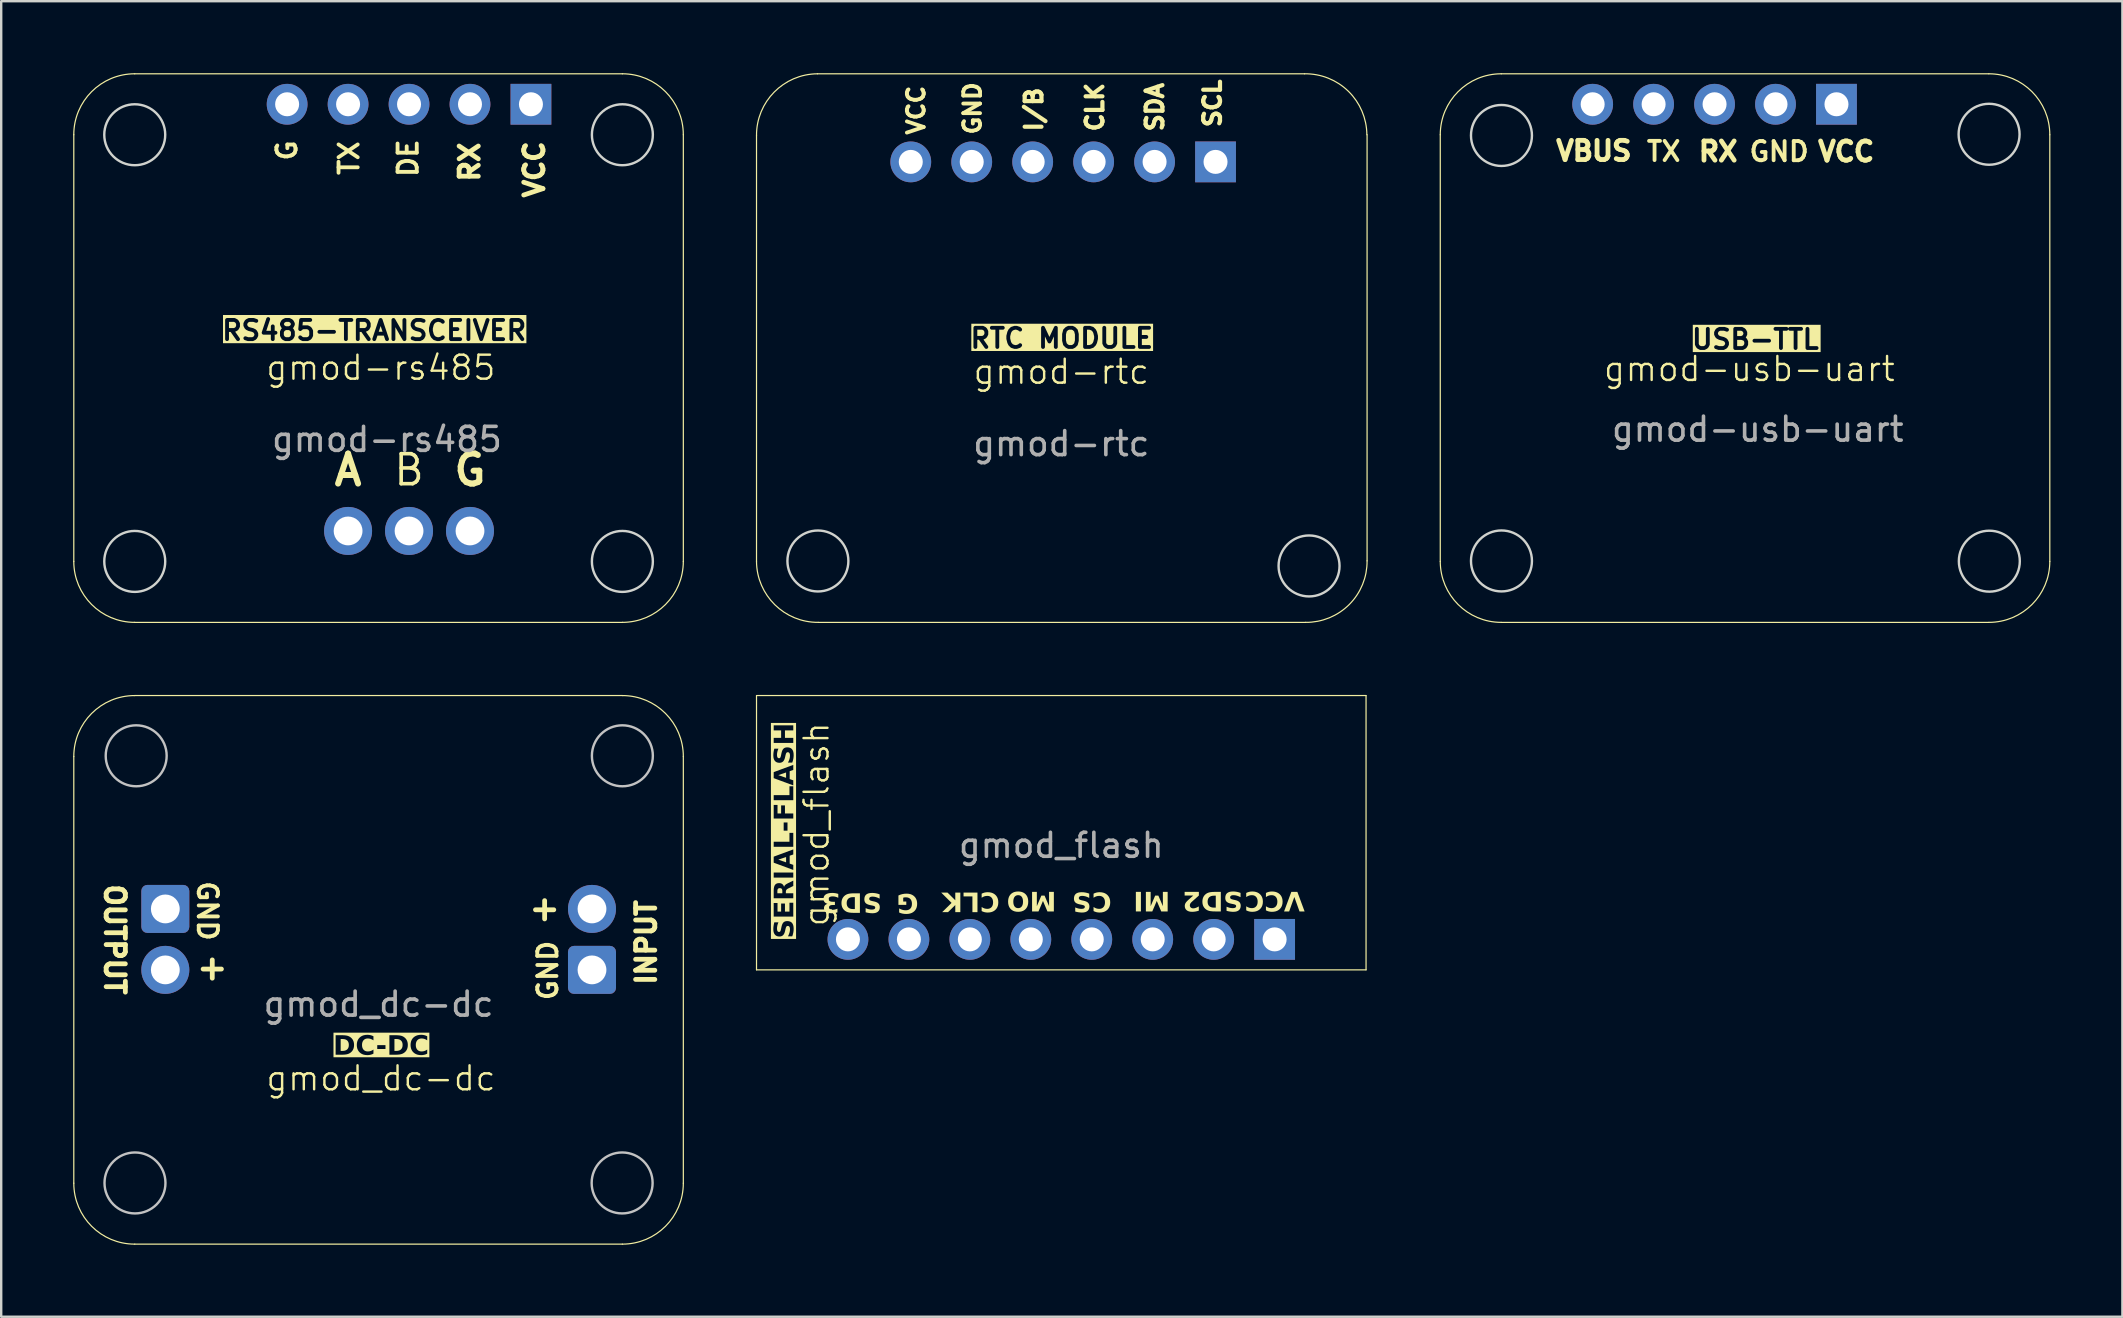
<source format=kicad_pcb>
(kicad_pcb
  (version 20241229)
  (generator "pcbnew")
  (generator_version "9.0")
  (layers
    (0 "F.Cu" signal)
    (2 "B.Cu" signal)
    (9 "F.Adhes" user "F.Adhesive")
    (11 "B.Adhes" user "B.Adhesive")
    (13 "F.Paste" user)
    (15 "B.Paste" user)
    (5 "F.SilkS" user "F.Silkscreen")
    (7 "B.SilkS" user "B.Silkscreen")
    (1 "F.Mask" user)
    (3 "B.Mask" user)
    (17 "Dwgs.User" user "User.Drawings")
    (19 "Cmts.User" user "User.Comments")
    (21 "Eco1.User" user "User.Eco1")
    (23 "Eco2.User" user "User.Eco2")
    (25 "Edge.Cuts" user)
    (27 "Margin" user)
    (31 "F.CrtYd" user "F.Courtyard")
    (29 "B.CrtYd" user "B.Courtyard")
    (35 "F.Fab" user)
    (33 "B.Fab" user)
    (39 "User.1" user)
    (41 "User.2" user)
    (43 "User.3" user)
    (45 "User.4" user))
  (footprint "gmod-rs485"
    (layer "F.Cu")
    (at 12.595 11.339)
    (property "Reference" "gmod-rs485" (at 0.225 0.933 0) (unlocked yes) (layer "F.SilkS") (effects (font (size 1 1) (thickness 0.1))))
    (attr smd)
    (fp_line (start -12.57 -8.774) (end -12.57 9.006) (stroke (width 0.05) (type solid)) (layer "F.SilkS"))
    (fp_line (start -10.03 -11.314) (end 10.29 -11.314) (stroke (width 0.05) (type solid)) (layer "F.SilkS"))
    (fp_line (start -10.03 11.546) (end 10.29 11.546) (stroke (width 0.05) (type solid)) (layer "F.SilkS"))
    (fp_line (start 12.83 9.006) (end 12.83 -8.774) (stroke (width 0.05) (type solid)) (layer "F.SilkS"))
    (fp_arc (start -12.570432 -8.774195) (mid -11.826483 -10.570246) (end -10.030432 -11.314195) (stroke (width 0.05) (type solid)) (layer "F.SilkS"))
    (fp_arc (start -10.030432 11.545805) (mid -11.826483 10.801856) (end -12.570432 9.005805) (stroke (width 0.05) (type solid)) (layer "F.SilkS"))
    (fp_arc (start 10.289568 -11.314195) (mid 12.085619 -10.570246) (end 12.829568 -8.774195) (stroke (width 0.05) (type solid)) (layer "F.SilkS"))
    (fp_arc (start 12.829568 9.005805) (mid 12.085619 10.801856) (end 10.289568 11.545805) (stroke (width 0.05) (type solid)) (layer "F.SilkS"))
    (fp_circle (center -10.03 -8.774) (end -8.76 -8.774) (stroke (width 0.1) (type solid)) (fill no) (layer "Edge.Cuts"))
    (fp_circle (center -10.03 9.006) (end -8.76 9.006) (stroke (width 0.1) (type solid)) (fill no) (layer "Edge.Cuts"))
    (fp_circle (center 10.29 -8.774) (end 11.56 -8.774) (stroke (width 0.1) (type solid)) (fill no) (layer "Edge.Cuts"))
    (fp_circle (center 10.29 9.006) (end 11.56 9.006) (stroke (width 0.1) (type solid)) (fill no) (layer "Edge.Cuts"))
    (fp_text user "VCC" (at 6.62 -7.329 90) (unlocked yes) (layer "F.SilkS") (effects (font (size 0.8 0.8) (thickness 0.2) (bold yes))))
    (fp_text user "A" (at -1.14 5.196 0) (unlocked yes) (layer "F.SilkS") (effects (font (size 1.25 1.25) (thickness 0.25) (bold yes))))
    (fp_text user "B" (at 1.4 5.196 0) (unlocked yes) (layer "F.SilkS") (effects (font (size 1.25 1.25) (thickness 0.15))))
    (fp_text user "G" (at -3.69 -8.119 90) (unlocked yes) (layer "F.SilkS") (effects (font (size 0.8 0.8) (thickness 0.16) (bold yes))))
    (fp_text user "TX" (at -1.1 -7.799 90) (unlocked yes) (layer "F.SilkS") (effects (font (size 0.8 0.8) (thickness 0.16) (bold yes))))
    (fp_text user "DE" (at 1.36 -7.799 90) (unlocked yes) (layer "F.SilkS") (effects (font (size 0.8 0.8) (thickness 0.16) (bold yes))))
    (fp_text user "RS485-TRANSCEIVER" (at -0.05 -0.15 0) (unlocked yes) (layer "F.SilkS" knockout) (effects (font (size 0.8 0.8) (thickness 0.16) (bold yes)) (justify bottom)))
    (fp_text user "RX" (at 3.927 -7.637 90) (unlocked yes) (layer "F.SilkS") (effects (font (size 0.8 0.8) (thickness 0.2) (bold yes))))
    (fp_text user "G" (at 3.94 5.196 0) (unlocked yes) (layer "F.SilkS") (effects (font (size 1.25 1.25) (thickness 0.25) (bold yes))))
    (fp_text user "${REFERENCE}" (at 0.48 3.922 0) (unlocked yes) (layer "F.Fab") (effects (font (size 1 1) (thickness 0.15))))
    (pad "1" thru_hole rect (at 6.48 -10.044 270) (size 1.7 1.7) (drill 1) (layers "*.Cu" "*.Mask"))
    (pad "2" thru_hole circle (at 3.94 -10.044 270) (size 1.7 1.7) (drill 1) (layers "*.Cu" "*.Mask"))
    (pad "3" thru_hole circle (at 1.4 -10.044 270) (size 1.7 1.7) (drill 1) (layers "*.Cu" "*.Mask"))
    (pad "4" thru_hole circle (at -1.14 -10.044 270) (size 1.7 1.7) (drill 1) (layers "*.Cu" "*.Mask"))
    (pad "5" thru_hole circle (at -3.68 -10.044 270) (size 1.7 1.7) (drill 1) (layers "*.Cu" "*.Mask"))
    (pad "6" thru_hole circle (at -1.14 7.736) (size 2 2) (drill 1.2) (layers "*.Cu" "*.Mask"))
    (pad "7" thru_hole circle (at 1.4 7.736) (size 2 2) (drill 1.2) (layers "*.Cu" "*.Mask"))
    (pad "8" thru_hole circle (at 3.94 7.736) (size 2 2) (drill 1.2) (layers "*.Cu" "*.Mask")))
  (footprint "gmod-rtc"
    (layer "F.Cu")
    (at 41.135 11.409)
    (property "Reference" "gmod-rtc" (at 0.04 1.03 0) (unlocked yes) (layer "F.SilkS") (effects (font (size 1 1) (thickness 0.1))))
    (attr smd)
    (fp_line (start -12.66 8.936) (end -12.66 -8.808) (stroke (width 0.05) (type solid)) (layer "F.SilkS"))
    (fp_line (start -10.12 -11.384) (end 10.178 -11.384) (stroke (width 0.05) (type solid)) (layer "F.SilkS"))
    (fp_line (start 10.218 11.476) (end -10.084 11.476) (stroke (width 0.05) (type solid)) (layer "F.SilkS"))
    (fp_line (start 12.783 8.912) (end 12.783 -8.844) (stroke (width 0.05) (type solid)) (layer "F.SilkS"))
    (fp_arc (start -12.65987 -8.807646) (mid -11.923467 -10.621622) (end -10.120129 -11.383739) (stroke (width 0.05) (type solid)) (layer "F.SilkS"))
    (fp_arc (start -10.084036 11.476) (mid -11.898041 10.739619) (end -12.660129 8.936259) (stroke (width 0.05) (type solid)) (layer "F.SilkS"))
    (fp_arc (start 10.178223 -11.383739) (mid 12.004995 -10.654411) (end 12.774033 -8.843997) (stroke (width 0.05) (type solid)) (layer "F.SilkS"))
    (fp_arc (start 12.782639 8.911584) (mid 12.039214 10.732575) (end 10.218223 11.476) (stroke (width 0.05) (type solid)) (layer "F.SilkS"))
    (fp_circle (center -10.102 8.918) (end -8.832 8.918) (stroke (width 0.1) (type solid)) (fill no) (layer "Edge.Cuts"))
    (fp_circle (center 10.365 9.125) (end 11.635 9.125) (stroke (width 0.1) (type solid)) (fill no) (layer "Edge.Cuts"))
    (fp_text user "SDA" (at 4.349 -8.897 90) (unlocked yes) (layer "F.SilkS") (effects (font (size 0.7 0.7) (thickness 0.175) (bold yes)) (justify left bottom)))
    (fp_text user "VCC\n" (at -5.6 -10.972 90) (unlocked yes) (layer "F.SilkS") (effects (font (size 0.7 0.7) (thickness 0.16) (bold yes)) (justify right bottom)))
    (fp_text user "SCL" (at 6.749 -9.072 90) (unlocked yes) (layer "F.SilkS") (effects (font (size 0.7 0.7) (thickness 0.175) (bold yes)) (justify left bottom)))
    (fp_text user "CLK" (at 1.849 -8.897 90) (unlocked yes) (layer "F.SilkS") (effects (font (size 0.7 0.7) (thickness 0.175) (bold yes)) (justify left bottom)))
    (fp_text user "I/B" (at -0.691 -8.897 90) (unlocked yes) (layer "F.SilkS") (effects (font (size 0.7 0.7) (thickness 0.175) (bold yes)) (justify left bottom)))
    (fp_text user "GND" (at -3.251 -8.772 90) (unlocked yes) (layer "F.SilkS") (effects (font (size 0.7 0.7) (thickness 0.16) (bold yes)) (justify left bottom)))
    (fp_text user "RTC MODULE" (at 0.06 0.106 0) (unlocked yes) (layer "F.SilkS" knockout) (effects (font (size 0.8 0.8) (thickness 0.16) (bold yes)) (justify bottom)))
    (fp_text user "${REFERENCE}" (at 0.04 4.03 0) (unlocked yes) (layer "F.Fab") (effects (font (size 1 1) (thickness 0.15))))
    (pad "1" thru_hole rect (at 6.468 -7.713 270) (size 1.7 1.7) (drill 1) (layers "*.Cu" "*.Mask"))
    (pad "2" thru_hole oval (at 3.928 -7.713 270) (size 1.7 1.7) (drill 1) (layers "*.Cu" "*.Mask"))
    (pad "3" thru_hole oval (at 1.388 -7.713 270) (size 1.7 1.7) (drill 1) (layers "*.Cu" "*.Mask"))
    (pad "4" thru_hole oval (at -1.152 -7.713 270) (size 1.7 1.7) (drill 1) (layers "*.Cu" "*.Mask"))
    (pad "5" thru_hole oval (at -3.692 -7.713 270) (size 1.7 1.7) (drill 1) (layers "*.Cu" "*.Mask"))
    (pad "6" thru_hole circle (at -6.232 -7.713 270) (size 1.7 1.7) (drill 1) (layers "*.Cu" "*.Mask")))
  (footprint "gmod_dc-dc"
    (layer "F.Cu")
    (at 12.725 37.365)
    (property "Reference" "gmod_dc-dc" (at 0.1 4.52 0) (unlocked yes) (layer "F.SilkS") (effects (font (size 1 1) (thickness 0.1))))
    (attr smd)
    (fp_line (start -12.7 -8.89) (end -12.7 8.89) (stroke (width 0.05) (type solid)) (layer "F.SilkS"))
    (fp_line (start -10.16 -11.43) (end 10.16 -11.43) (stroke (width 0.05) (type solid)) (layer "F.SilkS"))
    (fp_line (start -10.16 11.43) (end 10.16 11.43) (stroke (width 0.05) (type solid)) (layer "F.SilkS"))
    (fp_line (start 12.7 8.89) (end 12.7 -8.89) (stroke (width 0.05) (type solid)) (layer "F.SilkS"))
    (fp_arc (start -12.7 -8.89) (mid -11.956051 -10.686051) (end -10.16 -11.43) (stroke (width 0.05) (type solid)) (layer "F.SilkS"))
    (fp_arc (start -10.16 11.43) (mid -11.956051 10.686051) (end -12.7 8.89) (stroke (width 0.05) (type solid)) (layer "F.SilkS"))
    (fp_arc (start 10.16 -11.43) (mid 11.956051 -10.686051) (end 12.7 -8.89) (stroke (width 0.05) (type solid)) (layer "F.SilkS"))
    (fp_arc (start 12.7 8.89) (mid 11.956051 10.686051) (end 10.16 11.43) (stroke (width 0.05) (type solid)) (layer "F.SilkS"))
    (fp_circle (center -10.15 8.88) (end -8.88 8.88) (stroke (width 0.1) (type default)) (fill no) (layer "Dwgs.User"))
    (fp_circle (center -10.1 -8.92) (end -8.83 -8.92) (stroke (width 0.1) (type default)) (fill no) (layer "Dwgs.User"))
    (fp_circle (center 10.15 8.88) (end 11.42 8.88) (stroke (width 0.1) (type default)) (fill no) (layer "Dwgs.User"))
    (fp_circle (center 10.16 -8.92) (end 11.43 -8.92) (stroke (width 0.1) (type default)) (fill no) (layer "Dwgs.User"))
    (fp_text user "+" (at 6.17 -1.99 0) (unlocked yes) (layer "F.SilkS") (effects (font (size 1 1) (thickness 0.2) (bold yes)) (justify left bottom)))
    (fp_text user "OUTPUT" (at -11.46 -3.66 270) (unlocked yes) (layer "F.SilkS") (effects (font (size 0.8 0.8) (thickness 0.2) (bold yes)) (justify left bottom)))
    (fp_text user "GND" (at -7.6 -3.78 270) (unlocked yes) (layer "F.SilkS") (effects (font (size 0.8 0.8) (thickness 0.16) (bold yes)) (justify left bottom)))
    (fp_text user "GND" (at 7.52 1.35 90) (unlocked yes) (layer "F.SilkS") (effects (font (size 0.8 0.8) (thickness 0.16) (bold yes)) (justify left bottom)))
    (fp_text user "DC-DC" (at -1.892 3.674 0) (unlocked yes) (layer "F.SilkS" knockout) (effects (font (face "Lexend") (size 0.8 0.8) (thickness 0.16) (bold yes)) (justify left bottom)))
    (fp_text user "INPUT" (at 11.62 0.72 90) (unlocked yes) (layer "F.SilkS") (effects (font (size 0.8 0.8) (thickness 0.2) (bold yes)) (justify left bottom)))
    (fp_text user "+" (at -7.68 0.48 0) (unlocked yes) (layer "F.SilkS") (effects (font (size 1 1) (thickness 0.2) (bold yes)) (justify left bottom)))
    (fp_text user "${REFERENCE}" (at 0 1.43 0) (unlocked yes) (layer "F.Fab") (effects (font (size 1 1) (thickness 0.15))))
    (pad "1" thru_hole roundrect (at 8.894 0.001 90) (size 2 2) (drill 1.2) (layers "*.Cu" "*.Mask") (roundrect_rratio 0.125))
    (pad "2" thru_hole circle (at 8.894 -2.539 90) (size 2 2) (drill 1.2) (layers "*.Cu" "*.Mask"))
    (pad "3" thru_hole roundrect (at -8.886 -2.539 270) (size 2 2) (drill 1.2) (layers "*.Cu" "*.Mask") (roundrect_rratio 0.125))
    (pad "4" thru_hole circle (at -8.886 0.001 270) (size 2 2) (drill 1.2) (layers "*.Cu" "*.Mask")))
  (footprint "gmod-usb-uart"
    (layer "F.Cu")
    (at 69.668 11.455)
    (property "Reference" "gmod-usb-uart" (at 0.18 0.87 0) (unlocked yes) (layer "F.SilkS") (effects (font (size 1 1) (thickness 0.1))))
    (attr smd)
    (fp_line (start -12.7 -8.89) (end -12.7 8.89) (stroke (width 0.05) (type solid)) (layer "F.SilkS"))
    (fp_line (start -10.16 -11.43) (end 10.16 -11.43) (stroke (width 0.05) (type solid)) (layer "F.SilkS"))
    (fp_line (start -10.16 11.43) (end 10.16 11.43) (stroke (width 0.05) (type solid)) (layer "F.SilkS"))
    (fp_line (start 12.7 8.89) (end 12.7 -8.89) (stroke (width 0.05) (type solid)) (layer "F.SilkS"))
    (fp_arc (start -12.7 -8.89) (mid -11.956051 -10.686051) (end -10.16 -11.43) (stroke (width 0.05) (type solid)) (layer "F.SilkS"))
    (fp_arc (start -10.16 11.43) (mid -11.956051 10.686051) (end -12.7 8.89) (stroke (width 0.05) (type solid)) (layer "F.SilkS"))
    (fp_arc (start 10.16 -11.43) (mid 11.956051 -10.686051) (end 12.7 -8.89) (stroke (width 0.05) (type solid)) (layer "F.SilkS"))
    (fp_arc (start 12.7 8.89) (mid 11.956051 10.686051) (end 10.16 11.43) (stroke (width 0.05) (type solid)) (layer "F.SilkS"))
    (fp_circle (center -10.15 -8.86) (end -8.88 -8.86) (stroke (width 0.1) (type solid)) (fill no) (layer "Edge.Cuts"))
    (fp_circle (center -10.15 8.87) (end -8.88 8.87) (stroke (width 0.1) (type solid)) (fill no) (layer "Edge.Cuts"))
    (fp_circle (center 10.17 -8.91) (end 11.44 -8.91) (stroke (width 0.1) (type solid)) (fill no) (layer "Edge.Cuts"))
    (fp_circle (center 10.18 8.88) (end 11.45 8.88) (stroke (width 0.1) (type solid)) (fill no) (layer "Edge.Cuts"))
    (fp_text user "RX" (at -1.12 -8.19 0) (unlocked yes) (layer "F.SilkS") (effects (font (size 0.8 0.8) (thickness 0.2) (bold yes))))
    (fp_text user "VBUS" (at -6.3 -8.216 0) (unlocked yes) (layer "F.SilkS") (effects (font (size 0.8 0.8) (thickness 0.2) (bold yes))))
    (fp_text user "VCC" (at 4.214 -8.19 0) (unlocked yes) (layer "F.SilkS") (effects (font (size 0.8 0.8) (thickness 0.2) (bold yes))))
    (fp_text user "GND" (at 1.42 -8.19 0) (unlocked yes) (layer "F.SilkS") (effects (font (size 0.8 0.8) (thickness 0.16) (bold yes))))
    (fp_text user "USB-TTL" (at -2.304 0.104 0) (unlocked yes) (layer "F.SilkS" knockout) (effects (font (size 0.8 0.8) (thickness 0.16) (bold yes)) (justify left bottom)))
    (fp_text user "TX" (at -3.39 -8.196 0) (unlocked yes) (layer "F.SilkS") (effects (font (size 0.8 0.8) (thickness 0.16) (bold yes))))
    (fp_text user "${REFERENCE}" (at 0.53 3.38 0) (layer "F.Fab") (effects (font (size 1 1) (thickness 0.15))))
    (pad "1" thru_hole rect (at 3.81 -10.16 90) (size 1.7 1.7) (drill 1) (layers "*.Cu" "*.Mask"))
    (pad "2" thru_hole circle (at 1.27 -10.16 90) (size 1.7 1.7) (drill 1) (layers "*.Cu" "*.Mask"))
    (pad "3" thru_hole circle (at -1.27 -10.16 90) (size 1.7 1.7) (drill 1) (layers "*.Cu" "*.Mask"))
    (pad "4" thru_hole circle (at -3.81 -10.16 90) (size 1.7 1.7) (drill 1) (layers "*.Cu" "*.Mask"))
    (pad "5" thru_hole circle (at -6.35 -10.16 90) (size 1.7 1.7) (drill 1) (layers "*.Cu" "*.Mask")))
  (footprint "gmod_flash"
    (layer "F.Cu")
    (at 41.175 31.777)
    (property "Reference" "gmod_flash" (at -10.2 -0.475 90) (unlocked yes) (layer "F.SilkS") (effects (font (size 1 1) (thickness 0.1))))
    (attr smd)
    (fp_line (start -12.7 -5.842) (end -12.7 5.588) (stroke (width 0.05) (type solid)) (layer "F.SilkS"))
    (fp_line (start -12.7 -5.842) (end 12.7 -5.842) (stroke (width 0.05) (type solid)) (layer "F.SilkS"))
    (fp_line (start -12.7 5.588) (end 12.7 5.588) (stroke (width 0.05) (type solid)) (layer "F.SilkS"))
    (fp_line (start 12.7 5.588) (end 12.7 -5.842) (stroke (width 0.05) (type solid)) (layer "F.SilkS"))
    (fp_text user "VCC" (at 8.89 2.67 180) (unlocked yes) (layer "F.SilkS") (effects (font (face "Lexend") (size 0.8 0.8) (thickness 0.2) (bold yes))))
    (fp_text user "SD3" (at -8.74 2.73 180) (unlocked yes) (layer "F.SilkS") (effects (font (face "Lexend") (size 0.8 0.8) (thickness 0.16) (bold yes))))
    (fp_text user "CS" (at 1.27 2.7 180) (unlocked yes) (layer "F.SilkS") (effects (font (face "Lexend") (size 0.8 0.8) (thickness 0.16) (bold yes))))
    (fp_text user "SD2" (at 6.3 2.67 180) (unlocked yes) (layer "F.SilkS") (effects (font (face "Lexend") (size 0.8 0.8) (thickness 0.2) (bold yes))))
    (fp_text user "MO" (at -1.24 2.67 180) (unlocked yes) (layer "F.SilkS") (effects (font (face "Lexend") (size 0.8 0.8) (thickness 0.16) (bold yes))))
    (fp_text user "CLK" (at -3.77 2.7 180) (unlocked yes) (layer "F.SilkS") (effects (font (face "Lexend") (size 0.8 0.8) (thickness 0.16) (bold yes))))
    (fp_text user "SERIAL-FLASH" (at -11.5 -0.212 90) (unlocked yes) (layer "F.SilkS" knockout) (effects (font (face "Lexend") (size 0.8 0.8) (thickness 0.2) (bold yes))))
    (fp_text user "G" (at -6.41 2.76 180) (unlocked yes) (layer "F.SilkS") (effects (font (face "Lexend") (size 0.8 0.8) (thickness 0.16) (bold yes))))
    (fp_text user "MI" (at 3.77 2.67 180) (unlocked yes) (layer "F.SilkS") (effects (font (face "Lexend") (size 0.8 0.8) (thickness 0.16) (bold yes))))
    (fp_text user "${REFERENCE}" (at 0 0.4 0) (unlocked yes) (layer "F.Fab") (effects (font (size 1 1) (thickness 0.15))))
    (pad "1" thru_hole rect (at 8.89 4.318 270) (size 1.7 1.7) (drill 1) (layers "*.Cu" "*.Mask") (remove_unused_layers yes) (keep_end_layers yes) (zone_layer_connections))
    (pad "2" thru_hole circle (at 6.35 4.318 270) (size 1.7 1.7) (drill 1) (layers "*.Cu" "*.Mask") (remove_unused_layers yes) (keep_end_layers yes) (zone_layer_connections))
    (pad "3" thru_hole circle (at 3.81 4.318 270) (size 1.7 1.7) (drill 1) (layers "*.Cu" "*.Mask") (remove_unused_layers yes) (keep_end_layers yes) (zone_layer_connections))
    (pad "4" thru_hole circle (at 1.27 4.318 270) (size 1.7 1.7) (drill 1) (layers "*.Cu" "*.Mask") (remove_unused_layers yes) (keep_end_layers yes) (zone_layer_connections))
    (pad "5" thru_hole circle (at -1.27 4.318 270) (size 1.7 1.7) (drill 1) (layers "*.Cu" "*.Mask") (remove_unused_layers yes) (keep_end_layers yes) (zone_layer_connections))
    (pad "6" thru_hole circle (at -3.81 4.318 270) (size 1.7 1.7) (drill 1) (layers "*.Cu" "*.Mask") (remove_unused_layers yes) (keep_end_layers yes) (zone_layer_connections))
    (pad "7" thru_hole circle (at -6.35 4.318 270) (size 1.7 1.7) (drill 1) (layers "*.Cu" "*.Mask") (remove_unused_layers yes) (keep_end_layers yes) (zone_layer_connections))
    (pad "8" thru_hole circle (at -8.89 4.318 270) (size 1.7 1.7) (drill 1) (layers "*.Cu" "*.Mask") (remove_unused_layers yes) (keep_end_layers yes) (zone_layer_connections)))
  (gr_rect
    (start -3 -3)
    (end 85.393 51.82)
    (stroke (width 0.1) (type default))
    (fill no)
    (layer "Edge.Cuts")))
</source>
